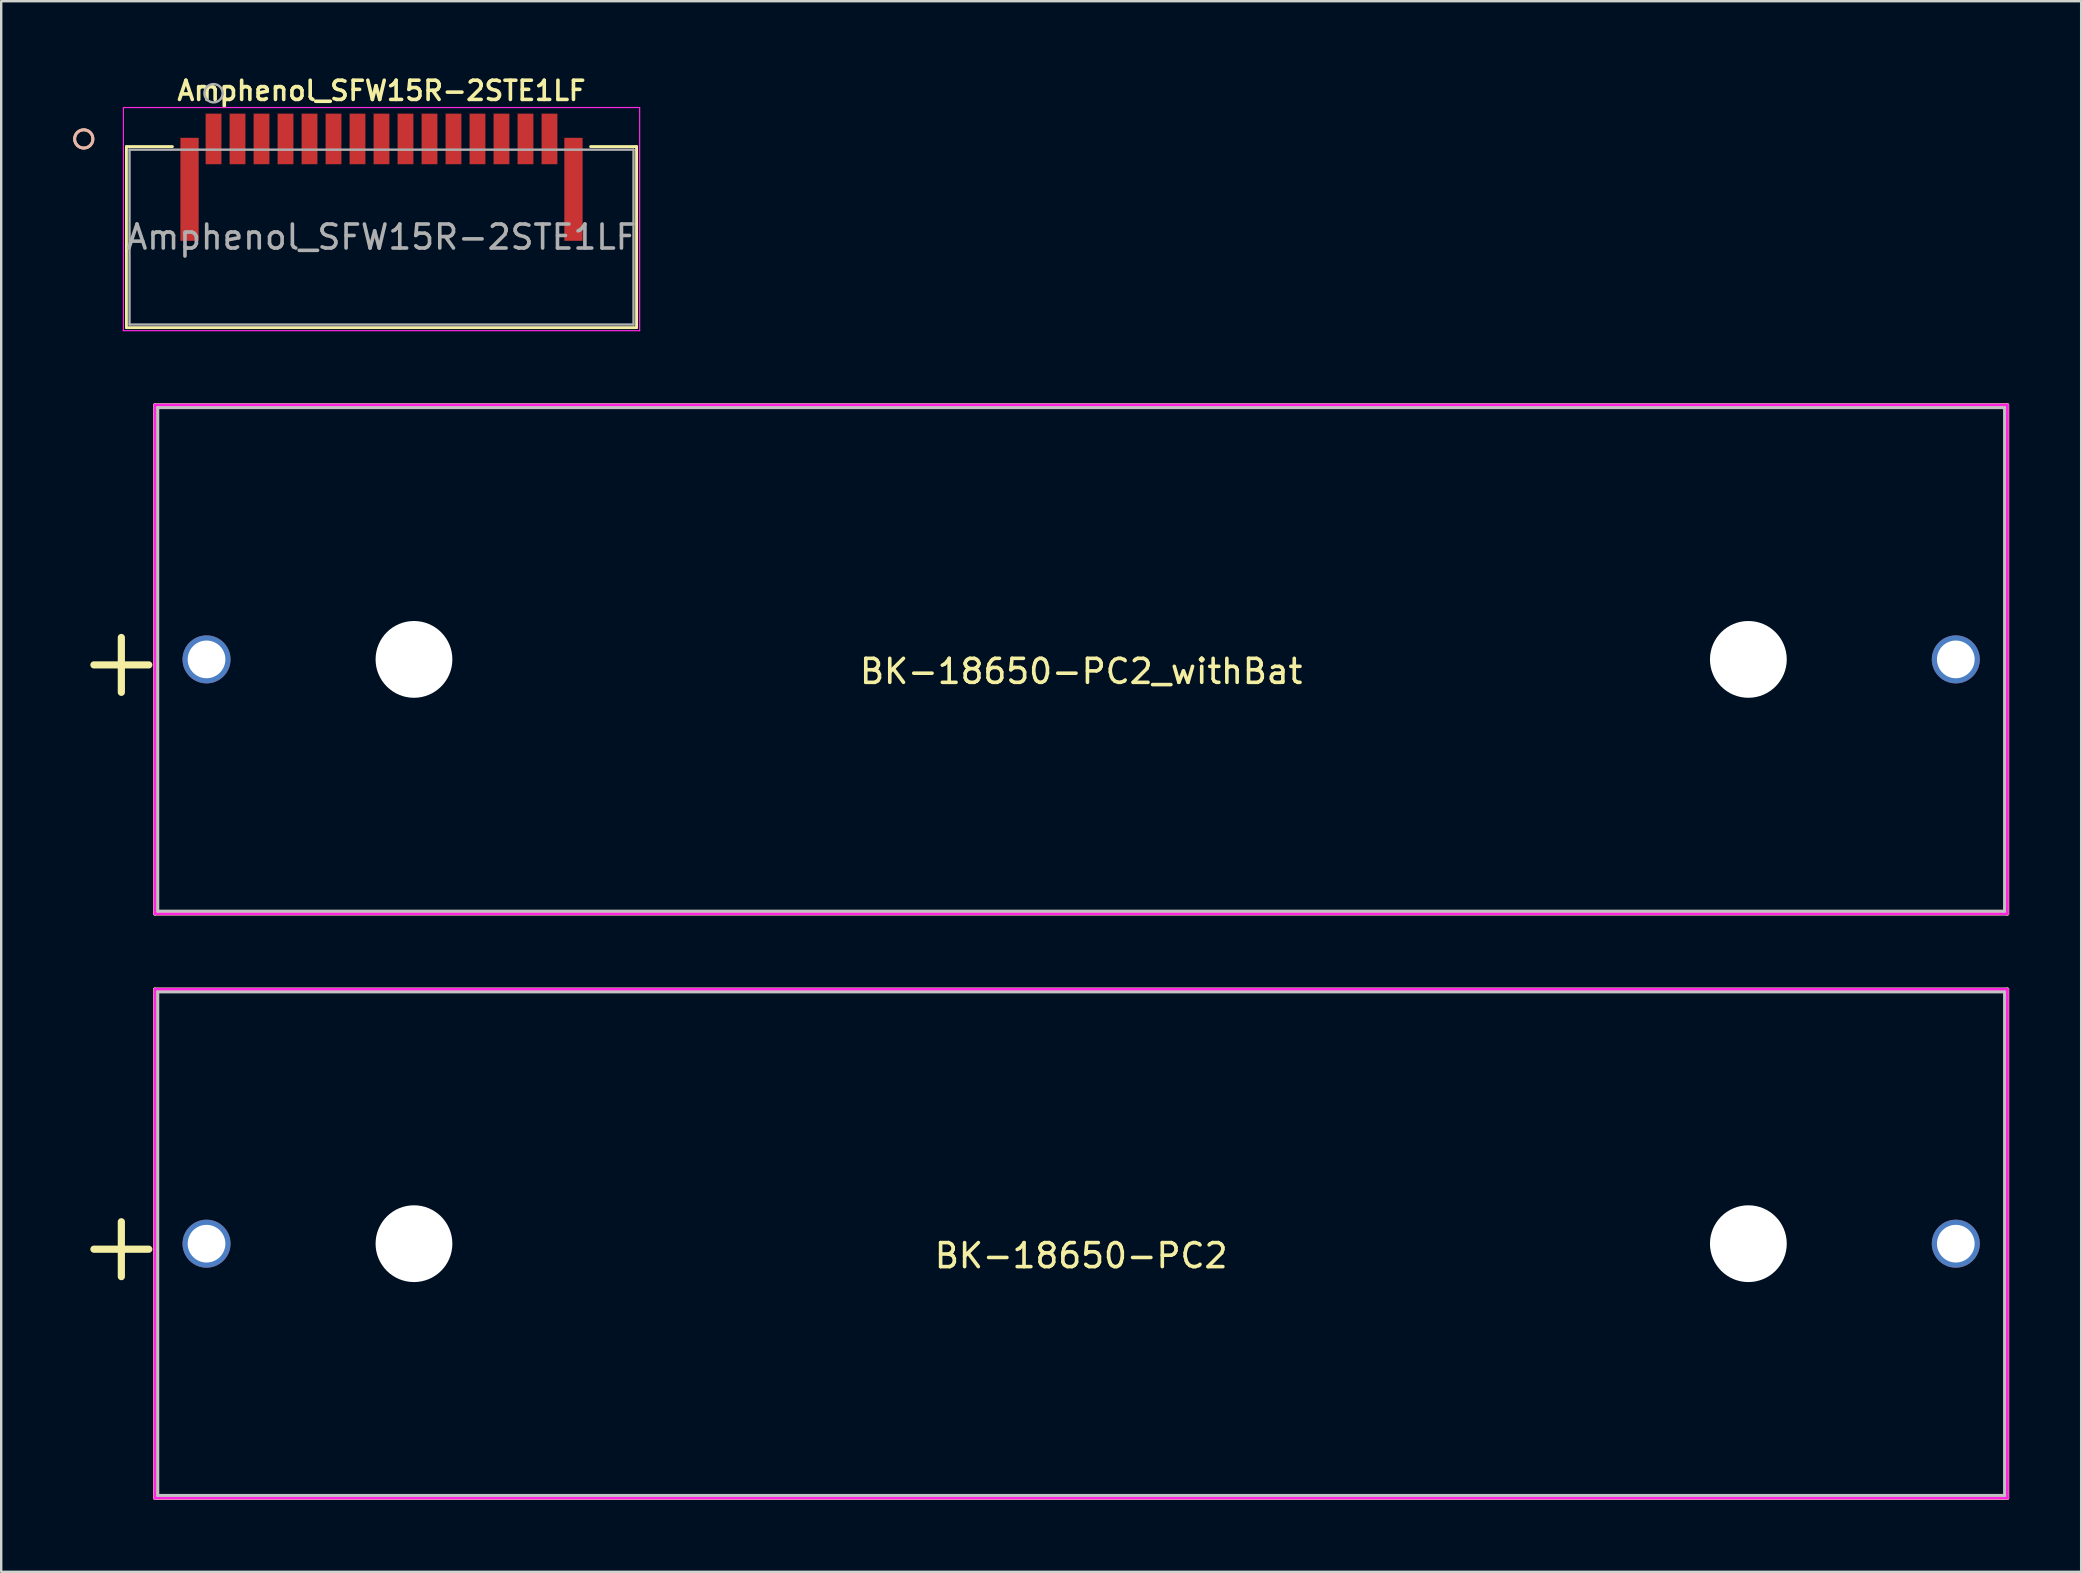
<source format=kicad_pcb>
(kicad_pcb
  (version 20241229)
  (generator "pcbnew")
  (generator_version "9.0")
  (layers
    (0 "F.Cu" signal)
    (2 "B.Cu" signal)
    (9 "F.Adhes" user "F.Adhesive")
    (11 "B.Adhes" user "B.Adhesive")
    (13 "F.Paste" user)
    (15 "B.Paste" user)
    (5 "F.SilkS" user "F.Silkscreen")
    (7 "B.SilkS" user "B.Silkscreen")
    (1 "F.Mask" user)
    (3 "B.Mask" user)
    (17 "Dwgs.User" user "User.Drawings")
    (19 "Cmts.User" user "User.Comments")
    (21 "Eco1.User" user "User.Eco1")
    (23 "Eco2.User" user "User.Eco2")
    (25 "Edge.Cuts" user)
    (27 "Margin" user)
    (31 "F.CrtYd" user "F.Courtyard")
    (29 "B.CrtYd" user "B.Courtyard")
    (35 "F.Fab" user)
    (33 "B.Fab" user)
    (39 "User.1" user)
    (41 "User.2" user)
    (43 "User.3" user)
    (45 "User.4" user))
  (footprint "BK-18650-PC2"
    (layer "F.Cu")
    (at 42.007 48.78)
    (property "Reference" "BK-18650-PC2" (at 0 0.5 0) (layer "F.SilkS") (effects (font (size 1 1) (thickness 0.15))))
    (attr through_hole)
    (fp_line (start -38.6 -10.6) (end 38.6 -10.6) (stroke (width 0.15) (type solid)) (layer "F.SilkS"))
    (fp_line (start -38.6 10.6) (end -38.6 -10.6) (stroke (width 0.15) (type solid)) (layer "F.SilkS"))
    (fp_line (start 38.6 -10.6) (end 38.6 10.6) (stroke (width 0.15) (type solid)) (layer "F.SilkS"))
    (fp_line (start 38.6 10.6) (end -38.6 10.6) (stroke (width 0.15) (type solid)) (layer "F.SilkS"))
    (fp_line (start -38.48 -10.49) (end -38.48 10.49) (stroke (width 0.12) (type solid)) (layer "Dwgs.User"))
    (fp_line (start -38.48 -10.49) (end 38.48 -10.49) (stroke (width 0.12) (type solid)) (layer "Dwgs.User"))
    (fp_line (start -38.48 10.49) (end 38.48 10.49) (stroke (width 0.12) (type solid)) (layer "Dwgs.User"))
    (fp_line (start 38.48 -10.49) (end 38.48 10.49) (stroke (width 0.12) (type solid)) (layer "Dwgs.User"))
    (fp_line (start -38.6 -10.6) (end 38.6 -10.6) (stroke (width 0.12) (type solid)) (layer "F.CrtYd"))
    (fp_line (start -38.6 10.6) (end -38.6 -10.6) (stroke (width 0.12) (type solid)) (layer "F.CrtYd"))
    (fp_line (start 38.6 -10.6) (end 38.6 10.6) (stroke (width 0.12) (type solid)) (layer "F.CrtYd"))
    (fp_line (start 38.6 10.6) (end -38.6 10.6) (stroke (width 0.12) (type solid)) (layer "F.CrtYd"))
    (fp_text user "+" (at -40 0 0) (layer "F.SilkS") (effects (font (size 3 3) (thickness 0.3))))
    (pad "" np_thru_hole circle (at -27.805 0) (size 3.2 3.2) (drill 3.2) (layers "*.Cu" "*.Mask"))
    (pad "" np_thru_hole circle (at 27.805 0) (size 3.2 3.2) (drill 3.2) (layers "*.Cu" "*.Mask"))
    (pad "N" thru_hole circle (at 36.45 0) (size 2 2) (drill 1.57) (layers "*.Cu" "*.Mask" "F.Paste"))
    (pad "P" thru_hole circle (at -36.45 0) (size 2 2) (drill 1.57) (layers "*.Cu" "*.Mask" "F.Paste")))
  (footprint "BK-18650-PC2_withBat"
    (layer "F.Cu")
    (at 42.007 24.43)
    (property "Reference" "BK-18650-PC2_withBat" (at 0 0.5 0) (layer "F.SilkS") (effects (font (size 1 1) (thickness 0.15))))
    (attr through_hole)
    (fp_line (start -38.6 -10.6) (end 38.6 -10.6) (stroke (width 0.15) (type solid)) (layer "F.SilkS"))
    (fp_line (start -38.6 10.6) (end -38.6 -10.6) (stroke (width 0.15) (type solid)) (layer "F.SilkS"))
    (fp_line (start 38.6 -10.6) (end 38.6 10.6) (stroke (width 0.15) (type solid)) (layer "F.SilkS"))
    (fp_line (start 38.6 10.6) (end -38.6 10.6) (stroke (width 0.15) (type solid)) (layer "F.SilkS"))
    (fp_line (start -38.48 -10.49) (end -38.48 10.49) (stroke (width 0.12) (type solid)) (layer "Dwgs.User"))
    (fp_line (start -38.48 -10.49) (end 38.48 -10.49) (stroke (width 0.12) (type solid)) (layer "Dwgs.User"))
    (fp_line (start -38.48 10.49) (end 38.48 10.49) (stroke (width 0.12) (type solid)) (layer "Dwgs.User"))
    (fp_line (start 38.48 -10.49) (end 38.48 10.49) (stroke (width 0.12) (type solid)) (layer "Dwgs.User"))
    (fp_line (start -38.6 -10.6) (end 38.6 -10.6) (stroke (width 0.12) (type solid)) (layer "F.CrtYd"))
    (fp_line (start -38.6 10.6) (end -38.6 -10.6) (stroke (width 0.12) (type solid)) (layer "F.CrtYd"))
    (fp_line (start 38.6 -10.6) (end 38.6 10.6) (stroke (width 0.12) (type solid)) (layer "F.CrtYd"))
    (fp_line (start 38.6 10.6) (end -38.6 10.6) (stroke (width 0.12) (type solid)) (layer "F.CrtYd"))
    (fp_text user "+" (at -40 0 0) (layer "F.SilkS") (effects (font (size 3 3) (thickness 0.3))))
    (pad "" np_thru_hole circle (at -27.805 0) (size 3.2 3.2) (drill 3.2) (layers "*.Cu" "*.Mask"))
    (pad "" np_thru_hole circle (at 27.805 0) (size 3.2 3.2) (drill 3.2) (layers "*.Cu" "*.Mask"))
    (pad "N" thru_hole circle (at 36.45 0) (size 2 2) (drill 1.57) (layers "*.Cu" "*.Mask" "F.Paste"))
    (pad "P" thru_hole circle (at -36.45 0) (size 2 2) (drill 1.57) (layers "*.Cu" "*.Mask" "F.Paste")))
  (footprint "Amphenol_SFW15R-2STE1LF"
    (layer "F.Cu")
    (at 12.849 6.831)
    (property "Reference" "Amphenol_SFW15R-2STE1LF" (at 0 -6.1 0) (layer "F.SilkS") (effects (font (size 0.8 0.8) (thickness 0.15))))
    (attr through_hole)
    (fp_line (start -10.63 -3.772) (end -10.63 3.772) (stroke (width 0.12) (type solid)) (layer "F.SilkS"))
    (fp_line (start -10.63 3.772) (end 10.63 3.772) (stroke (width 0.12) (type solid)) (layer "F.SilkS"))
    (fp_line (start -8.714 -3.772) (end -10.63 -3.772) (stroke (width 0.12) (type solid)) (layer "F.SilkS"))
    (fp_line (start 10.63 -3.772) (end 8.714 -3.772) (stroke (width 0.12) (type solid)) (layer "F.SilkS"))
    (fp_line (start 10.63 3.772) (end 10.63 -3.772) (stroke (width 0.12) (type solid)) (layer "F.SilkS"))
    (fp_circle (center -12.408 -4.091) (end -12.027 -4.091) (stroke (width 0.12) (type solid)) (fill no) (layer "F.SilkS"))
    (fp_circle (center -12.408 -4.091) (end -12.027 -4.091) (stroke (width 0.12) (type solid)) (fill no) (layer "B.SilkS"))
    (fp_line (start -10.757 -5.399) (end -10.757 3.899) (stroke (width 0.05) (type solid)) (layer "F.CrtYd"))
    (fp_line (start -10.757 3.899) (end 10.757 3.899) (stroke (width 0.05) (type solid)) (layer "F.CrtYd"))
    (fp_line (start 10.757 -5.399) (end -10.757 -5.399) (stroke (width 0.05) (type solid)) (layer "F.CrtYd"))
    (fp_line (start 10.757 3.899) (end 10.757 -5.399) (stroke (width 0.05) (type solid)) (layer "F.CrtYd"))
    (fp_line (start -10.503 -3.645) (end -10.503 3.645) (stroke (width 0.1) (type solid)) (layer "F.Fab"))
    (fp_line (start -10.503 3.645) (end 10.503 3.645) (stroke (width 0.1) (type solid)) (layer "F.Fab"))
    (fp_line (start 10.503 -3.645) (end -10.503 -3.645) (stroke (width 0.1) (type solid)) (layer "F.Fab"))
    (fp_line (start 10.503 3.645) (end 10.503 -3.645) (stroke (width 0.1) (type solid)) (layer "F.Fab"))
    (fp_circle (center -7 -5.996) (end -6.619 -5.996) (stroke (width 0.1) (type solid)) (fill no) (layer "F.Fab"))
    (fp_text user "${REFERENCE}" (at 0 0 0) (layer "F.Fab") (effects (font (size 1 1) (thickness 0.15))))
    (pad "1" smd rect (at -7 -4.091) (size 0.66 2.108) (layers "F.Cu" "F.Mask" "F.Paste"))
    (pad "2" smd rect (at -6 -4.091) (size 0.66 2.108) (layers "F.Cu" "F.Mask" "F.Paste"))
    (pad "3" smd rect (at -5 -4.091) (size 0.66 2.108) (layers "F.Cu" "F.Mask" "F.Paste"))
    (pad "4" smd rect (at -4 -4.091) (size 0.66 2.108) (layers "F.Cu" "F.Mask" "F.Paste"))
    (pad "5" smd rect (at -3 -4.091) (size 0.66 2.108) (layers "F.Cu" "F.Mask" "F.Paste"))
    (pad "6" smd rect (at -2 -4.091) (size 0.66 2.108) (layers "F.Cu" "F.Mask" "F.Paste"))
    (pad "7" smd rect (at -1 -4.091) (size 0.66 2.108) (layers "F.Cu" "F.Mask" "F.Paste"))
    (pad "8" smd rect (at 0 -4.091) (size 0.66 2.108) (layers "F.Cu" "F.Mask" "F.Paste"))
    (pad "9" smd rect (at 1 -4.091) (size 0.66 2.108) (layers "F.Cu" "F.Mask" "F.Paste"))
    (pad "10" smd rect (at 2 -4.091) (size 0.66 2.108) (layers "F.Cu" "F.Mask" "F.Paste"))
    (pad "11" smd rect (at 3 -4.091) (size 0.66 2.108) (layers "F.Cu" "F.Mask" "F.Paste"))
    (pad "12" smd rect (at 4 -4.091) (size 0.66 2.108) (layers "F.Cu" "F.Mask" "F.Paste"))
    (pad "13" smd rect (at 5 -4.091) (size 0.66 2.108) (layers "F.Cu" "F.Mask" "F.Paste"))
    (pad "14" smd rect (at 6 -4.091) (size 0.66 2.108) (layers "F.Cu" "F.Mask" "F.Paste"))
    (pad "15" smd rect (at 7 -4.091) (size 0.66 2.108) (layers "F.Cu" "F.Mask" "F.Paste"))
    (pad "16" smd rect (at -8 -1.991) (size 0.762 4.293) (layers "F.Cu" "F.Mask" "F.Paste"))
    (pad "17" smd rect (at 8 -1.991) (size 0.762 4.293) (layers "F.Cu" "F.Mask" "F.Paste")))
  (gr_rect
    (start -3 -3)
    (end 83.682 62.455)
    (stroke (width 0.1) (type default))
    (fill no)
    (layer "Edge.Cuts")))
</source>
